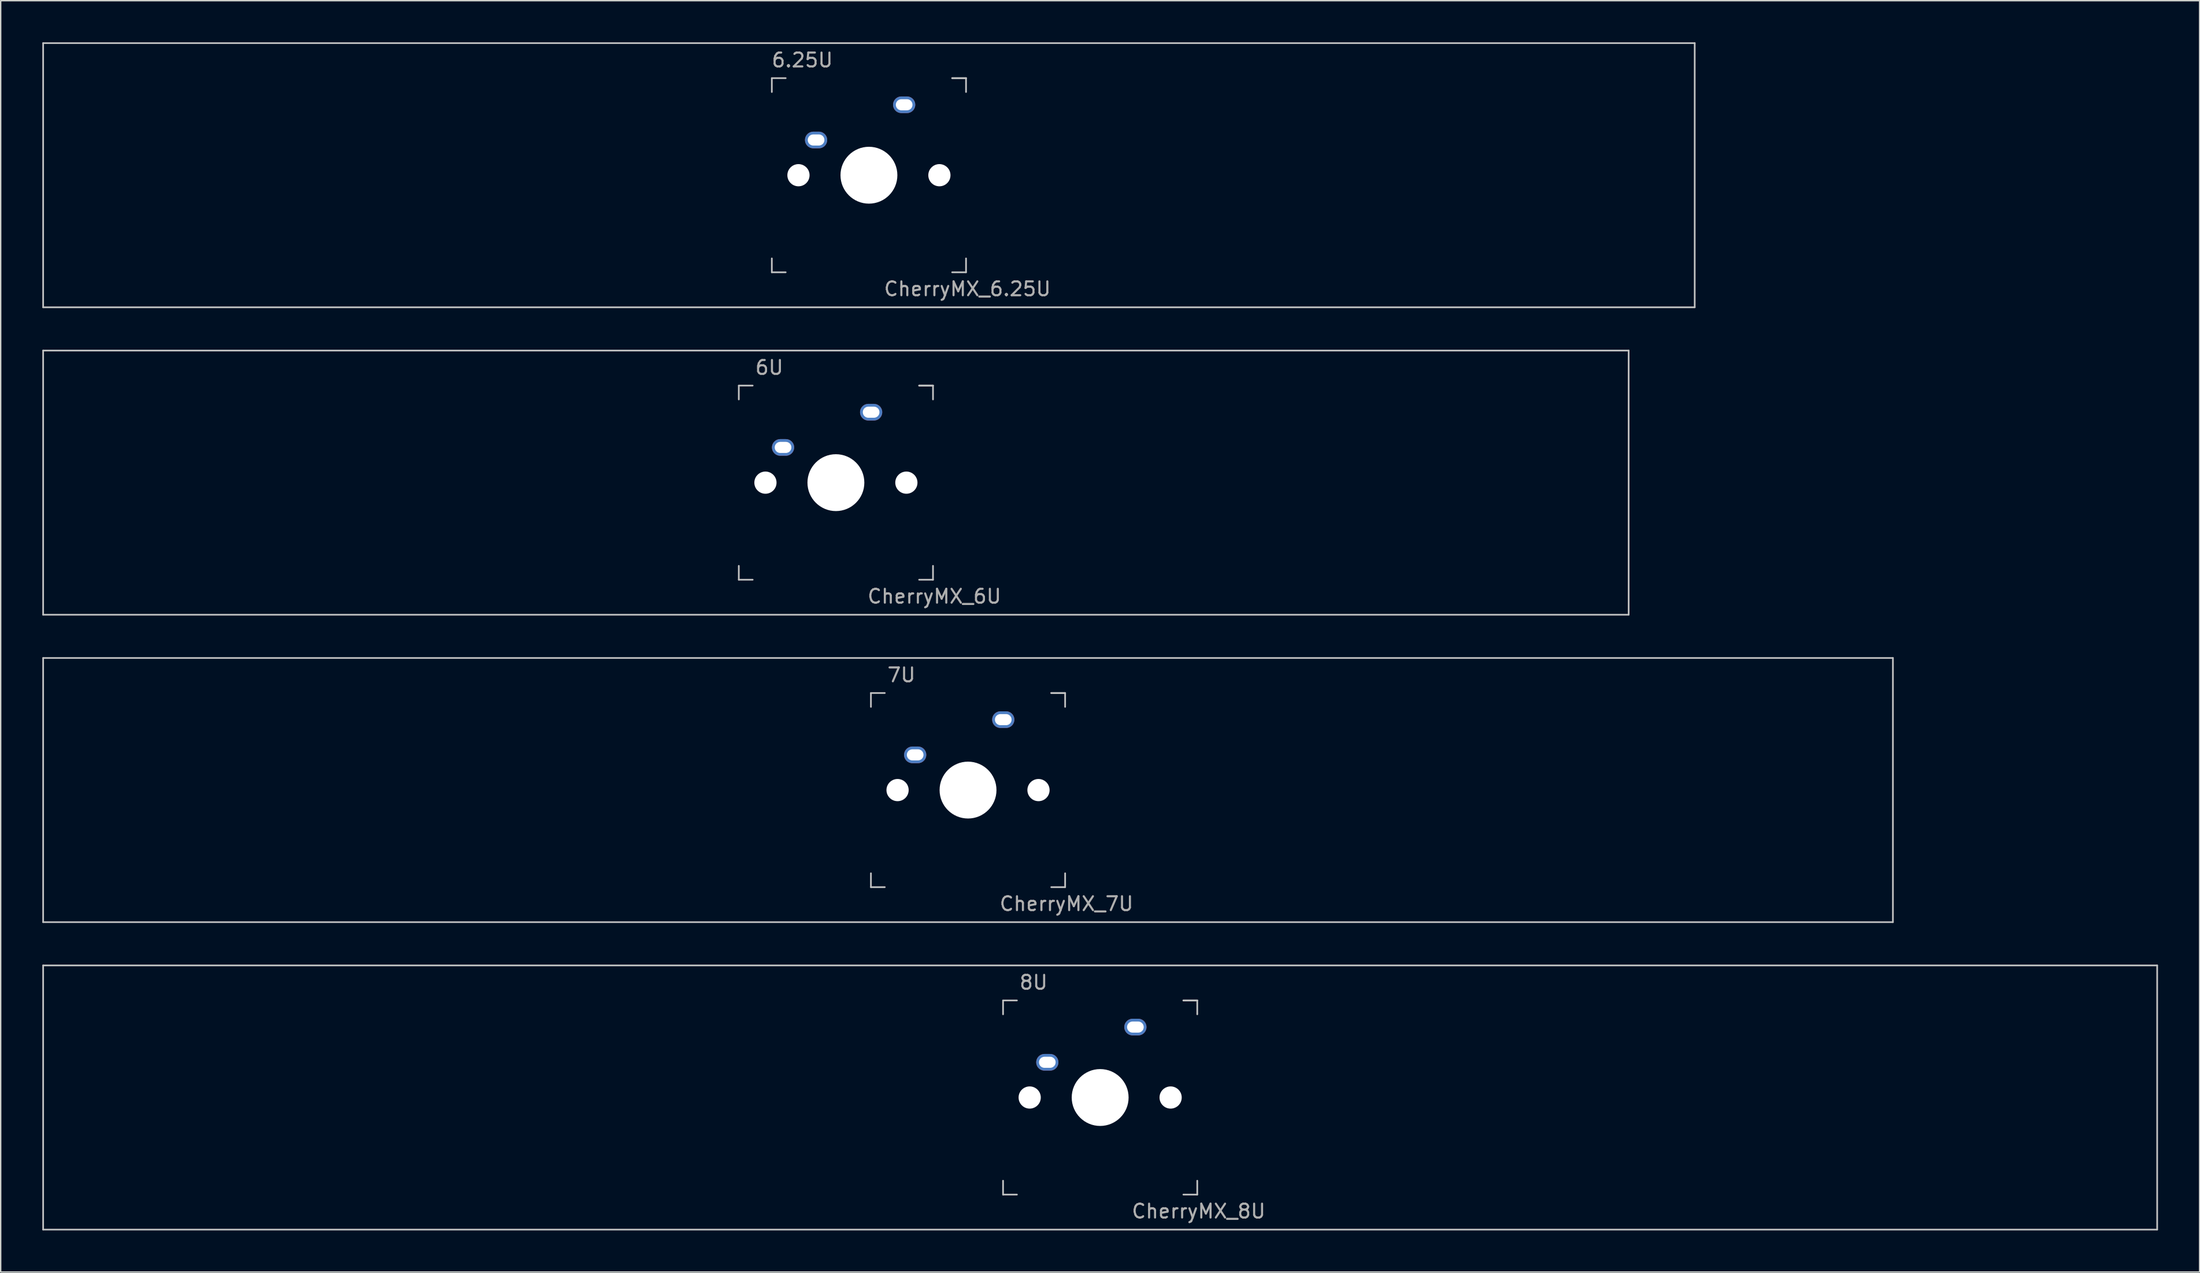
<source format=kicad_pcb>
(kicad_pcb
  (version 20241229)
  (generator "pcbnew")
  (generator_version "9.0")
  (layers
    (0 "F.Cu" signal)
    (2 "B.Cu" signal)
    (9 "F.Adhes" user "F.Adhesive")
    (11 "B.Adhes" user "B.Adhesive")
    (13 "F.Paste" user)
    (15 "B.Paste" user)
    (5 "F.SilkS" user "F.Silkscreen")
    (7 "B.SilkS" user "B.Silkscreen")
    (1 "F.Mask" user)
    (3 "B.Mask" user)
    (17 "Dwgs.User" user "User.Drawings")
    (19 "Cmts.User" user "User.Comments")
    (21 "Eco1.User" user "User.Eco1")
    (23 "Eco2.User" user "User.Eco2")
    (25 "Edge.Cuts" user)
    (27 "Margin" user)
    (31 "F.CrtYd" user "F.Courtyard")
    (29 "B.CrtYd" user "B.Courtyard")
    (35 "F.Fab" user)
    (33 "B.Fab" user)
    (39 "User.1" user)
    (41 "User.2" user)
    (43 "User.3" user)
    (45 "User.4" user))
  (footprint "CherryMX_6U"
    (layer "F.Cu")
    (at 57.21 31.755)
    (property "Reference" "CherryMX_6U" (at 7.1 8.2 0) (layer "F.Fab") (effects (font (size 1 1) (thickness 0.15))))
    (attr through_hole)
    (fp_line (start -57.15 -9.525) (end 57.15 -9.525) (stroke (width 0.12) (type solid)) (layer "Dwgs.User"))
    (fp_line (start -57.15 9.525) (end -57.15 -9.525) (stroke (width 0.12) (type solid)) (layer "Dwgs.User"))
    (fp_line (start -7 -7) (end -7 -6) (stroke (width 0.12) (type solid)) (layer "Dwgs.User"))
    (fp_line (start -7 -7) (end -6 -7) (stroke (width 0.12) (type solid)) (layer "Dwgs.User"))
    (fp_line (start -7 7) (end -7 6) (stroke (width 0.12) (type solid)) (layer "Dwgs.User"))
    (fp_line (start -7 7) (end -6 7) (stroke (width 0.12) (type solid)) (layer "Dwgs.User"))
    (fp_line (start 6 -7) (end 7 -7) (stroke (width 0.12) (type solid)) (layer "Dwgs.User"))
    (fp_line (start 7 -7) (end 6 -7) (stroke (width 0.12) (type solid)) (layer "Dwgs.User"))
    (fp_line (start 7 -7) (end 7 -6) (stroke (width 0.12) (type solid)) (layer "Dwgs.User"))
    (fp_line (start 7 7) (end 6 7) (stroke (width 0.12) (type solid)) (layer "Dwgs.User"))
    (fp_line (start 7 7) (end 7 6) (stroke (width 0.12) (type solid)) (layer "Dwgs.User"))
    (fp_line (start 57.15 -9.525) (end 57.15 9.525) (stroke (width 0.12) (type solid)) (layer "Dwgs.User"))
    (fp_line (start 57.15 9.525) (end -57.15 9.525) (stroke (width 0.12) (type solid)) (layer "Dwgs.User"))
    (fp_text user "6U" (at -4.8 -8.3 0) (layer "F.Fab") (effects (font (size 1 1) (thickness 0.15))))
    (pad "" np_thru_hole circle (at -5.08 0) (size 1.6 1.6) (drill 1.6) (layers "*.Cu" "*.Mask"))
    (pad "" np_thru_hole circle (at 0 0) (size 4.1 4.1) (drill 4.1) (layers "*.Cu" "*.Mask"))
    (pad "" np_thru_hole circle (at 5.08 0) (size 1.6 1.6) (drill 1.6) (layers "*.Cu" "*.Mask"))
    (pad "1" thru_hole oval (at -3.81 -2.54) (size 1.6 1.2) (drill oval 1.2 0.8) (layers "*.Cu" "*.Mask"))
    (pad "2" thru_hole oval (at 2.54 -5.08) (size 1.6 1.2) (drill oval 1.2 0.8) (layers "*.Cu" "*.Mask")))
  (footprint "CherryMX_6.25U"
    (layer "F.Cu")
    (at 59.591 9.585)
    (property "Reference" "CherryMX_6.25U" (at 7.1 8.2 0) (layer "F.Fab") (effects (font (size 1 1) (thickness 0.15))))
    (attr through_hole)
    (fp_line (start -59.531 -9.525) (end 59.531 -9.525) (stroke (width 0.12) (type solid)) (layer "Dwgs.User"))
    (fp_line (start -59.531 9.525) (end -59.531 -9.525) (stroke (width 0.12) (type solid)) (layer "Dwgs.User"))
    (fp_line (start -7 -7) (end -7 -6) (stroke (width 0.12) (type solid)) (layer "Dwgs.User"))
    (fp_line (start -7 -7) (end -6 -7) (stroke (width 0.12) (type solid)) (layer "Dwgs.User"))
    (fp_line (start -7 7) (end -7 6) (stroke (width 0.12) (type solid)) (layer "Dwgs.User"))
    (fp_line (start -7 7) (end -6 7) (stroke (width 0.12) (type solid)) (layer "Dwgs.User"))
    (fp_line (start 6 -7) (end 7 -7) (stroke (width 0.12) (type solid)) (layer "Dwgs.User"))
    (fp_line (start 7 -7) (end 6 -7) (stroke (width 0.12) (type solid)) (layer "Dwgs.User"))
    (fp_line (start 7 -7) (end 7 -6) (stroke (width 0.12) (type solid)) (layer "Dwgs.User"))
    (fp_line (start 7 7) (end 6 7) (stroke (width 0.12) (type solid)) (layer "Dwgs.User"))
    (fp_line (start 7 7) (end 7 6) (stroke (width 0.12) (type solid)) (layer "Dwgs.User"))
    (fp_line (start 59.531 -9.525) (end 59.531 9.525) (stroke (width 0.12) (type solid)) (layer "Dwgs.User"))
    (fp_line (start 59.531 9.525) (end -59.531 9.525) (stroke (width 0.12) (type solid)) (layer "Dwgs.User"))
    (fp_text user "6.25U" (at -4.8 -8.3 0) (layer "F.Fab") (effects (font (size 1 1) (thickness 0.15))))
    (pad "" np_thru_hole circle (at -5.08 0) (size 1.6 1.6) (drill 1.6) (layers "*.Cu" "*.Mask"))
    (pad "" np_thru_hole circle (at 0 0) (size 4.1 4.1) (drill 4.1) (layers "*.Cu" "*.Mask"))
    (pad "" np_thru_hole circle (at 5.08 0) (size 1.6 1.6) (drill 1.6) (layers "*.Cu" "*.Mask"))
    (pad "1" thru_hole oval (at -3.81 -2.54) (size 1.6 1.2) (drill oval 1.2 0.8) (layers "*.Cu" "*.Mask"))
    (pad "2" thru_hole oval (at 2.54 -5.08) (size 1.6 1.2) (drill oval 1.2 0.8) (layers "*.Cu" "*.Mask")))
  (footprint "CherryMX_8U"
    (layer "F.Cu")
    (at 76.26 76.095)
    (property "Reference" "CherryMX_8U" (at 7.1 8.2 0) (layer "F.Fab") (effects (font (size 1 1) (thickness 0.15))))
    (attr through_hole)
    (fp_line (start -76.2 -9.525) (end 76.2 -9.525) (stroke (width 0.12) (type solid)) (layer "Dwgs.User"))
    (fp_line (start -76.2 9.525) (end -76.2 -9.525) (stroke (width 0.12) (type solid)) (layer "Dwgs.User"))
    (fp_line (start -7 -7) (end -7 -6) (stroke (width 0.12) (type solid)) (layer "Dwgs.User"))
    (fp_line (start -7 -7) (end -6 -7) (stroke (width 0.12) (type solid)) (layer "Dwgs.User"))
    (fp_line (start -7 7) (end -7 6) (stroke (width 0.12) (type solid)) (layer "Dwgs.User"))
    (fp_line (start -7 7) (end -6 7) (stroke (width 0.12) (type solid)) (layer "Dwgs.User"))
    (fp_line (start 6 -7) (end 7 -7) (stroke (width 0.12) (type solid)) (layer "Dwgs.User"))
    (fp_line (start 7 -7) (end 6 -7) (stroke (width 0.12) (type solid)) (layer "Dwgs.User"))
    (fp_line (start 7 -7) (end 7 -6) (stroke (width 0.12) (type solid)) (layer "Dwgs.User"))
    (fp_line (start 7 7) (end 6 7) (stroke (width 0.12) (type solid)) (layer "Dwgs.User"))
    (fp_line (start 7 7) (end 7 6) (stroke (width 0.12) (type solid)) (layer "Dwgs.User"))
    (fp_line (start 76.2 -9.525) (end 76.2 9.525) (stroke (width 0.12) (type solid)) (layer "Dwgs.User"))
    (fp_line (start 76.2 9.525) (end -76.2 9.525) (stroke (width 0.12) (type solid)) (layer "Dwgs.User"))
    (fp_text user "8U" (at -4.8 -8.3 0) (layer "F.Fab") (effects (font (size 1 1) (thickness 0.15))))
    (pad "" np_thru_hole circle (at -5.08 0) (size 1.6 1.6) (drill 1.6) (layers "*.Cu" "*.Mask"))
    (pad "" np_thru_hole circle (at 0 0) (size 4.1 4.1) (drill 4.1) (layers "*.Cu" "*.Mask"))
    (pad "" np_thru_hole circle (at 5.08 0) (size 1.6 1.6) (drill 1.6) (layers "*.Cu" "*.Mask"))
    (pad "1" thru_hole oval (at -3.81 -2.54) (size 1.6 1.2) (drill oval 1.2 0.8) (layers "*.Cu" "*.Mask"))
    (pad "2" thru_hole oval (at 2.54 -5.08) (size 1.6 1.2) (drill oval 1.2 0.8) (layers "*.Cu" "*.Mask")))
  (footprint "CherryMX_7U"
    (layer "F.Cu")
    (at 66.735 53.925)
    (property "Reference" "CherryMX_7U" (at 7.1 8.2 0) (layer "F.Fab") (effects (font (size 1 1) (thickness 0.15))))
    (attr through_hole)
    (fp_line (start -66.675 -9.525) (end 66.675 -9.525) (stroke (width 0.12) (type solid)) (layer "Dwgs.User"))
    (fp_line (start -66.675 9.525) (end -66.675 -9.525) (stroke (width 0.12) (type solid)) (layer "Dwgs.User"))
    (fp_line (start -7 -7) (end -7 -6) (stroke (width 0.12) (type solid)) (layer "Dwgs.User"))
    (fp_line (start -7 -7) (end -6 -7) (stroke (width 0.12) (type solid)) (layer "Dwgs.User"))
    (fp_line (start -7 7) (end -7 6) (stroke (width 0.12) (type solid)) (layer "Dwgs.User"))
    (fp_line (start -7 7) (end -6 7) (stroke (width 0.12) (type solid)) (layer "Dwgs.User"))
    (fp_line (start 6 -7) (end 7 -7) (stroke (width 0.12) (type solid)) (layer "Dwgs.User"))
    (fp_line (start 7 -7) (end 6 -7) (stroke (width 0.12) (type solid)) (layer "Dwgs.User"))
    (fp_line (start 7 -7) (end 7 -6) (stroke (width 0.12) (type solid)) (layer "Dwgs.User"))
    (fp_line (start 7 7) (end 6 7) (stroke (width 0.12) (type solid)) (layer "Dwgs.User"))
    (fp_line (start 7 7) (end 7 6) (stroke (width 0.12) (type solid)) (layer "Dwgs.User"))
    (fp_line (start 66.675 -9.525) (end 66.675 9.525) (stroke (width 0.12) (type solid)) (layer "Dwgs.User"))
    (fp_line (start 66.675 9.525) (end -66.675 9.525) (stroke (width 0.12) (type solid)) (layer "Dwgs.User"))
    (fp_text user "7U" (at -4.8 -8.3 0) (layer "F.Fab") (effects (font (size 1 1) (thickness 0.15))))
    (pad "" np_thru_hole circle (at -5.08 0) (size 1.6 1.6) (drill 1.6) (layers "*.Cu" "*.Mask"))
    (pad "" np_thru_hole circle (at 0 0) (size 4.1 4.1) (drill 4.1) (layers "*.Cu" "*.Mask"))
    (pad "" np_thru_hole circle (at 5.08 0) (size 1.6 1.6) (drill 1.6) (layers "*.Cu" "*.Mask"))
    (pad "1" thru_hole oval (at -3.81 -2.54) (size 1.6 1.2) (drill oval 1.2 0.8) (layers "*.Cu" "*.Mask"))
    (pad "2" thru_hole oval (at 2.54 -5.08) (size 1.6 1.2) (drill oval 1.2 0.8) (layers "*.Cu" "*.Mask")))
  (gr_rect
    (start -3 -3)
    (end 155.52 88.68)
    (stroke (width 0.1) (type default))
    (fill no)
    (layer "Edge.Cuts")))
</source>
